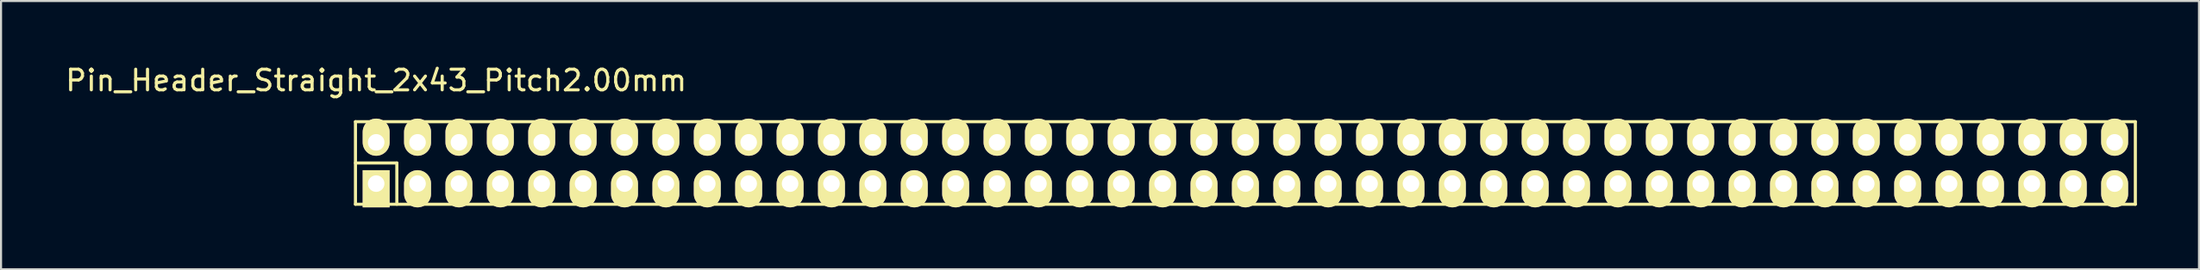
<source format=kicad_pcb>
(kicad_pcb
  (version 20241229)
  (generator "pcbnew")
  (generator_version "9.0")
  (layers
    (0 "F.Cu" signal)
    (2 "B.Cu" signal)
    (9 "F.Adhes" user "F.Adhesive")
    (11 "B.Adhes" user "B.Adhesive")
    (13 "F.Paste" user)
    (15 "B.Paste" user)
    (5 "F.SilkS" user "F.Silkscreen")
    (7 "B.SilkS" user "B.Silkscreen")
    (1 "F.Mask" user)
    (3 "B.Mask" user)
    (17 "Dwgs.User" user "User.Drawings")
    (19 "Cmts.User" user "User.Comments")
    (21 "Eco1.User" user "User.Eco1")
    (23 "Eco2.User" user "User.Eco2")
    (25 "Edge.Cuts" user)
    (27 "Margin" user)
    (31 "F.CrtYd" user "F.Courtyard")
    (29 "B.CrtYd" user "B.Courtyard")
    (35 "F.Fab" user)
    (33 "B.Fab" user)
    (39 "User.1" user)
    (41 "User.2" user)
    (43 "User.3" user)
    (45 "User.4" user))
  (footprint "Pin_Header_Straight_2x43_Pitch2.00mm"
    (layer "F.Cu")
    (at 15.125 5.848)
    (property "Reference" "Pin_Header_Straight_2x43_Pitch2.00mm" (at 0 -5 0) (layer "F.SilkS") (effects (font (size 1 1) (thickness 0.15))))
    (attr through_hole)
    (fp_line (start -1 -3) (end 85 -3) (stroke (width 0.15) (type solid)) (layer "F.SilkS"))
    (fp_line (start -1 -1) (end 1 -1) (stroke (width 0.15) (type solid)) (layer "F.SilkS"))
    (fp_line (start -1 1) (end -1 -3) (stroke (width 0.15) (type solid)) (layer "F.SilkS"))
    (fp_line (start 1 -1) (end 1 1) (stroke (width 0.15) (type solid)) (layer "F.SilkS"))
    (fp_line (start 85 -3) (end 85 1) (stroke (width 0.15) (type solid)) (layer "F.SilkS"))
    (fp_line (start 85 1) (end -1 1) (stroke (width 0.15) (type solid)) (layer "F.SilkS"))
    (pad "1" thru_hole rect (at 0 0) (size 1.3 1.8) (drill 0.8 (offset 0 0.25)) (layers "*.Cu" "*.Mask" "F.SilkS"))
    (pad "2" thru_hole oval (at 0 -2) (size 1.3 1.8) (drill 0.8 (offset 0 -0.25)) (layers "*.Cu" "*.Mask" "F.SilkS"))
    (pad "3" thru_hole oval (at 2 0) (size 1.3 1.8) (drill 0.8 (offset 0 0.25)) (layers "*.Cu" "*.Mask" "F.SilkS"))
    (pad "4" thru_hole oval (at 2 -2) (size 1.3 1.8) (drill 0.8 (offset 0 -0.25)) (layers "*.Cu" "*.Mask" "F.SilkS"))
    (pad "5" thru_hole oval (at 4 0) (size 1.3 1.8) (drill 0.8 (offset 0 0.25)) (layers "*.Cu" "*.Mask" "F.SilkS"))
    (pad "6" thru_hole oval (at 4 -2) (size 1.3 1.8) (drill 0.8 (offset 0 -0.25)) (layers "*.Cu" "*.Mask" "F.SilkS"))
    (pad "7" thru_hole oval (at 6 0) (size 1.3 1.8) (drill 0.8 (offset 0 0.25)) (layers "*.Cu" "*.Mask" "F.SilkS"))
    (pad "8" thru_hole oval (at 6 -2) (size 1.3 1.8) (drill 0.8 (offset 0 -0.25)) (layers "*.Cu" "*.Mask" "F.SilkS"))
    (pad "9" thru_hole oval (at 8 0) (size 1.3 1.8) (drill 0.8 (offset 0 0.25)) (layers "*.Cu" "*.Mask" "F.SilkS"))
    (pad "10" thru_hole oval (at 8 -2) (size 1.3 1.8) (drill 0.8 (offset 0 -0.25)) (layers "*.Cu" "*.Mask" "F.SilkS"))
    (pad "11" thru_hole oval (at 10 0) (size 1.3 1.8) (drill 0.8 (offset 0 0.25)) (layers "*.Cu" "*.Mask" "F.SilkS"))
    (pad "12" thru_hole oval (at 10 -2) (size 1.3 1.8) (drill 0.8 (offset 0 -0.25)) (layers "*.Cu" "*.Mask" "F.SilkS"))
    (pad "13" thru_hole oval (at 12 0) (size 1.3 1.8) (drill 0.8 (offset 0 0.25)) (layers "*.Cu" "*.Mask" "F.SilkS"))
    (pad "14" thru_hole oval (at 12 -2) (size 1.3 1.8) (drill 0.8 (offset 0 -0.25)) (layers "*.Cu" "*.Mask" "F.SilkS"))
    (pad "15" thru_hole oval (at 14 0) (size 1.3 1.8) (drill 0.8 (offset 0 0.25)) (layers "*.Cu" "*.Mask" "F.SilkS"))
    (pad "16" thru_hole oval (at 14 -2) (size 1.3 1.8) (drill 0.8 (offset 0 -0.25)) (layers "*.Cu" "*.Mask" "F.SilkS"))
    (pad "17" thru_hole oval (at 16 0) (size 1.3 1.8) (drill 0.8 (offset 0 0.25)) (layers "*.Cu" "*.Mask" "F.SilkS"))
    (pad "18" thru_hole oval (at 16 -2) (size 1.3 1.8) (drill 0.8 (offset 0 -0.25)) (layers "*.Cu" "*.Mask" "F.SilkS"))
    (pad "19" thru_hole oval (at 18 0) (size 1.3 1.8) (drill 0.8 (offset 0 0.25)) (layers "*.Cu" "*.Mask" "F.SilkS"))
    (pad "20" thru_hole oval (at 18 -2) (size 1.3 1.8) (drill 0.8 (offset 0 -0.25)) (layers "*.Cu" "*.Mask" "F.SilkS"))
    (pad "21" thru_hole oval (at 20 0) (size 1.3 1.8) (drill 0.8 (offset 0 0.25)) (layers "*.Cu" "*.Mask" "F.SilkS"))
    (pad "22" thru_hole oval (at 20 -2) (size 1.3 1.8) (drill 0.8 (offset 0 -0.25)) (layers "*.Cu" "*.Mask" "F.SilkS"))
    (pad "23" thru_hole oval (at 22 0) (size 1.3 1.8) (drill 0.8 (offset 0 0.25)) (layers "*.Cu" "*.Mask" "F.SilkS"))
    (pad "24" thru_hole oval (at 22 -2) (size 1.3 1.8) (drill 0.8 (offset 0 -0.25)) (layers "*.Cu" "*.Mask" "F.SilkS"))
    (pad "25" thru_hole oval (at 24 0) (size 1.3 1.8) (drill 0.8 (offset 0 0.25)) (layers "*.Cu" "*.Mask" "F.SilkS"))
    (pad "26" thru_hole oval (at 24 -2) (size 1.3 1.8) (drill 0.8 (offset 0 -0.25)) (layers "*.Cu" "*.Mask" "F.SilkS"))
    (pad "27" thru_hole oval (at 26 0) (size 1.3 1.8) (drill 0.8 (offset 0 0.25)) (layers "*.Cu" "*.Mask" "F.SilkS"))
    (pad "28" thru_hole oval (at 26 -2) (size 1.3 1.8) (drill 0.8 (offset 0 -0.25)) (layers "*.Cu" "*.Mask" "F.SilkS"))
    (pad "29" thru_hole oval (at 28 0) (size 1.3 1.8) (drill 0.8 (offset 0 0.25)) (layers "*.Cu" "*.Mask" "F.SilkS"))
    (pad "30" thru_hole oval (at 28 -2) (size 1.3 1.8) (drill 0.8 (offset 0 -0.25)) (layers "*.Cu" "*.Mask" "F.SilkS"))
    (pad "31" thru_hole oval (at 30 0) (size 1.3 1.8) (drill 0.8 (offset 0 0.25)) (layers "*.Cu" "*.Mask" "F.SilkS"))
    (pad "32" thru_hole oval (at 30 -2) (size 1.3 1.8) (drill 0.8 (offset 0 -0.25)) (layers "*.Cu" "*.Mask" "F.SilkS"))
    (pad "33" thru_hole oval (at 32 0) (size 1.3 1.8) (drill 0.8 (offset 0 0.25)) (layers "*.Cu" "*.Mask" "F.SilkS"))
    (pad "34" thru_hole oval (at 32 -2) (size 1.3 1.8) (drill 0.8 (offset 0 -0.25)) (layers "*.Cu" "*.Mask" "F.SilkS"))
    (pad "35" thru_hole oval (at 34 0) (size 1.3 1.8) (drill 0.8 (offset 0 0.25)) (layers "*.Cu" "*.Mask" "F.SilkS"))
    (pad "36" thru_hole oval (at 34 -2) (size 1.3 1.8) (drill 0.8 (offset 0 -0.25)) (layers "*.Cu" "*.Mask" "F.SilkS"))
    (pad "37" thru_hole oval (at 36 0) (size 1.3 1.8) (drill 0.8 (offset 0 0.25)) (layers "*.Cu" "*.Mask" "F.SilkS"))
    (pad "38" thru_hole oval (at 36 -2) (size 1.3 1.8) (drill 0.8 (offset 0 -0.25)) (layers "*.Cu" "*.Mask" "F.SilkS"))
    (pad "39" thru_hole oval (at 38 0) (size 1.3 1.8) (drill 0.8 (offset 0 0.25)) (layers "*.Cu" "*.Mask" "F.SilkS"))
    (pad "40" thru_hole oval (at 38 -2) (size 1.3 1.8) (drill 0.8 (offset 0 -0.25)) (layers "*.Cu" "*.Mask" "F.SilkS"))
    (pad "41" thru_hole oval (at 40 0) (size 1.3 1.8) (drill 0.8 (offset 0 0.25)) (layers "*.Cu" "*.Mask" "F.SilkS"))
    (pad "42" thru_hole oval (at 40 -2) (size 1.3 1.8) (drill 0.8 (offset 0 -0.25)) (layers "*.Cu" "*.Mask" "F.SilkS"))
    (pad "43" thru_hole oval (at 42 0) (size 1.3 1.8) (drill 0.8 (offset 0 0.25)) (layers "*.Cu" "*.Mask" "F.SilkS"))
    (pad "44" thru_hole oval (at 42 -2) (size 1.3 1.8) (drill 0.8 (offset 0 -0.25)) (layers "*.Cu" "*.Mask" "F.SilkS"))
    (pad "45" thru_hole oval (at 44 0) (size 1.3 1.8) (drill 0.8 (offset 0 0.25)) (layers "*.Cu" "*.Mask" "F.SilkS"))
    (pad "46" thru_hole oval (at 44 -2) (size 1.3 1.8) (drill 0.8 (offset 0 -0.25)) (layers "*.Cu" "*.Mask" "F.SilkS"))
    (pad "47" thru_hole oval (at 46 0) (size 1.3 1.8) (drill 0.8 (offset 0 0.25)) (layers "*.Cu" "*.Mask" "F.SilkS"))
    (pad "48" thru_hole oval (at 46 -2) (size 1.3 1.8) (drill 0.8 (offset 0 -0.25)) (layers "*.Cu" "*.Mask" "F.SilkS"))
    (pad "49" thru_hole oval (at 48 0) (size 1.3 1.8) (drill 0.8 (offset 0 0.25)) (layers "*.Cu" "*.Mask" "F.SilkS"))
    (pad "50" thru_hole oval (at 48 -2) (size 1.3 1.8) (drill 0.8 (offset 0 -0.25)) (layers "*.Cu" "*.Mask" "F.SilkS"))
    (pad "51" thru_hole oval (at 50 0) (size 1.3 1.8) (drill 0.8 (offset 0 0.25)) (layers "*.Cu" "*.Mask" "F.SilkS"))
    (pad "52" thru_hole oval (at 50 -2) (size 1.3 1.8) (drill 0.8 (offset 0 -0.25)) (layers "*.Cu" "*.Mask" "F.SilkS"))
    (pad "53" thru_hole oval (at 52 0) (size 1.3 1.8) (drill 0.8 (offset 0 0.25)) (layers "*.Cu" "*.Mask" "F.SilkS"))
    (pad "54" thru_hole oval (at 52 -2) (size 1.3 1.8) (drill 0.8 (offset 0 -0.25)) (layers "*.Cu" "*.Mask" "F.SilkS"))
    (pad "55" thru_hole oval (at 54 0) (size 1.3 1.8) (drill 0.8 (offset 0 0.25)) (layers "*.Cu" "*.Mask" "F.SilkS"))
    (pad "56" thru_hole oval (at 54 -2) (size 1.3 1.8) (drill 0.8 (offset 0 -0.25)) (layers "*.Cu" "*.Mask" "F.SilkS"))
    (pad "57" thru_hole oval (at 56 0) (size 1.3 1.8) (drill 0.8 (offset 0 0.25)) (layers "*.Cu" "*.Mask" "F.SilkS"))
    (pad "58" thru_hole oval (at 56 -2) (size 1.3 1.8) (drill 0.8 (offset 0 -0.25)) (layers "*.Cu" "*.Mask" "F.SilkS"))
    (pad "59" thru_hole oval (at 58 0) (size 1.3 1.8) (drill 0.8 (offset 0 0.25)) (layers "*.Cu" "*.Mask" "F.SilkS"))
    (pad "60" thru_hole oval (at 58 -2) (size 1.3 1.8) (drill 0.8 (offset 0 -0.25)) (layers "*.Cu" "*.Mask" "F.SilkS"))
    (pad "61" thru_hole oval (at 60 0) (size 1.3 1.8) (drill 0.8 (offset 0 0.25)) (layers "*.Cu" "*.Mask" "F.SilkS"))
    (pad "62" thru_hole oval (at 60 -2) (size 1.3 1.8) (drill 0.8 (offset 0 -0.25)) (layers "*.Cu" "*.Mask" "F.SilkS"))
    (pad "63" thru_hole oval (at 62 0) (size 1.3 1.8) (drill 0.8 (offset 0 0.25)) (layers "*.Cu" "*.Mask" "F.SilkS"))
    (pad "64" thru_hole oval (at 62 -2) (size 1.3 1.8) (drill 0.8 (offset 0 -0.25)) (layers "*.Cu" "*.Mask" "F.SilkS"))
    (pad "65" thru_hole oval (at 64 0) (size 1.3 1.8) (drill 0.8 (offset 0 0.25)) (layers "*.Cu" "*.Mask" "F.SilkS"))
    (pad "66" thru_hole oval (at 64 -2) (size 1.3 1.8) (drill 0.8 (offset 0 -0.25)) (layers "*.Cu" "*.Mask" "F.SilkS"))
    (pad "67" thru_hole oval (at 66 0) (size 1.3 1.8) (drill 0.8 (offset 0 0.25)) (layers "*.Cu" "*.Mask" "F.SilkS"))
    (pad "68" thru_hole oval (at 66 -2) (size 1.3 1.8) (drill 0.8 (offset 0 -0.25)) (layers "*.Cu" "*.Mask" "F.SilkS"))
    (pad "69" thru_hole oval (at 68 0) (size 1.3 1.8) (drill 0.8 (offset 0 0.25)) (layers "*.Cu" "*.Mask" "F.SilkS"))
    (pad "70" thru_hole oval (at 68 -2) (size 1.3 1.8) (drill 0.8 (offset 0 -0.25)) (layers "*.Cu" "*.Mask" "F.SilkS"))
    (pad "71" thru_hole oval (at 70 0) (size 1.3 1.8) (drill 0.8 (offset 0 0.25)) (layers "*.Cu" "*.Mask" "F.SilkS"))
    (pad "72" thru_hole oval (at 70 -2) (size 1.3 1.8) (drill 0.8 (offset 0 -0.25)) (layers "*.Cu" "*.Mask" "F.SilkS"))
    (pad "73" thru_hole oval (at 72 0) (size 1.3 1.8) (drill 0.8 (offset 0 0.25)) (layers "*.Cu" "*.Mask" "F.SilkS"))
    (pad "74" thru_hole oval (at 72 -2) (size 1.3 1.8) (drill 0.8 (offset 0 -0.25)) (layers "*.Cu" "*.Mask" "F.SilkS"))
    (pad "75" thru_hole oval (at 74 0) (size 1.3 1.8) (drill 0.8 (offset 0 0.25)) (layers "*.Cu" "*.Mask" "F.SilkS"))
    (pad "76" thru_hole oval (at 74 -2) (size 1.3 1.8) (drill 0.8 (offset 0 -0.25)) (layers "*.Cu" "*.Mask" "F.SilkS"))
    (pad "77" thru_hole oval (at 76 0) (size 1.3 1.8) (drill 0.8 (offset 0 0.25)) (layers "*.Cu" "*.Mask" "F.SilkS"))
    (pad "78" thru_hole oval (at 76 -2) (size 1.3 1.8) (drill 0.8 (offset 0 -0.25)) (layers "*.Cu" "*.Mask" "F.SilkS"))
    (pad "79" thru_hole oval (at 78 0) (size 1.3 1.8) (drill 0.8 (offset 0 0.25)) (layers "*.Cu" "*.Mask" "F.SilkS"))
    (pad "80" thru_hole oval (at 78 -2) (size 1.3 1.8) (drill 0.8 (offset 0 -0.25)) (layers "*.Cu" "*.Mask" "F.SilkS"))
    (pad "81" thru_hole oval (at 80 0) (size 1.3 1.8) (drill 0.8 (offset 0 0.25)) (layers "*.Cu" "*.Mask" "F.SilkS"))
    (pad "82" thru_hole oval (at 80 -2) (size 1.3 1.8) (drill 0.8 (offset 0 -0.25)) (layers "*.Cu" "*.Mask" "F.SilkS"))
    (pad "83" thru_hole oval (at 82 0) (size 1.3 1.8) (drill 0.8 (offset 0 0.25)) (layers "*.Cu" "*.Mask" "F.SilkS"))
    (pad "84" thru_hole oval (at 82 -2) (size 1.3 1.8) (drill 0.8 (offset 0 -0.25)) (layers "*.Cu" "*.Mask" "F.SilkS"))
    (pad "85" thru_hole oval (at 84 0) (size 1.3 1.8) (drill 0.8 (offset 0 0.25)) (layers "*.Cu" "*.Mask" "F.SilkS"))
    (pad "86" thru_hole oval (at 84 -2) (size 1.3 1.8) (drill 0.8 (offset 0 -0.25)) (layers "*.Cu" "*.Mask" "F.SilkS")))
  (gr_rect
    (start -3 -3)
    (end 103.2 9.998)
    (stroke (width 0.1) (type default))
    (fill no)
    (layer "Edge.Cuts")))
</source>
